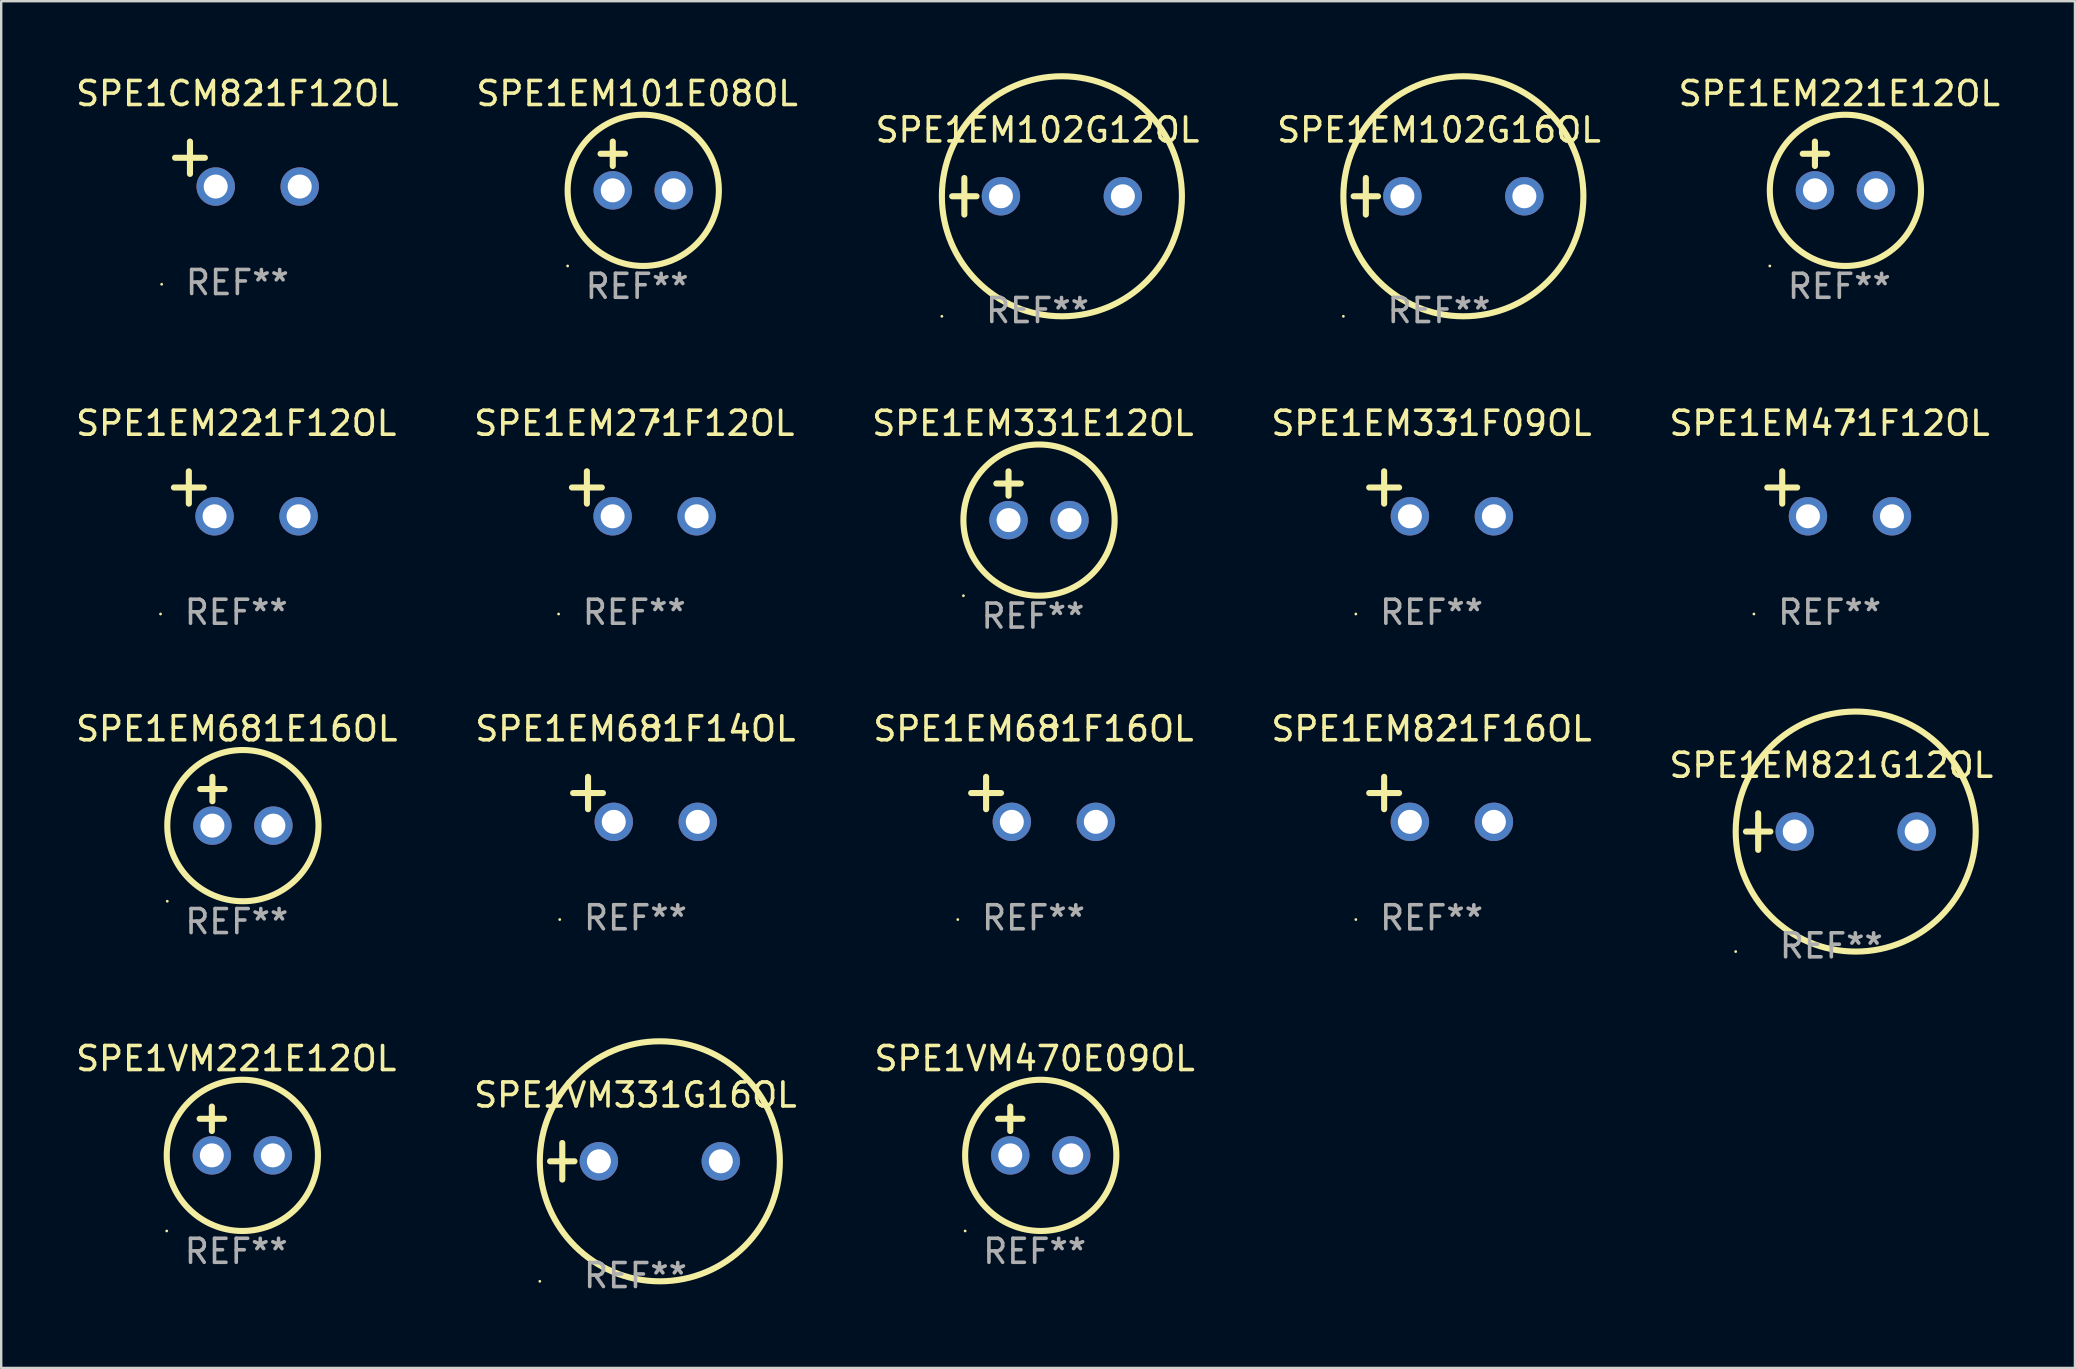
<source format=kicad_pcb>
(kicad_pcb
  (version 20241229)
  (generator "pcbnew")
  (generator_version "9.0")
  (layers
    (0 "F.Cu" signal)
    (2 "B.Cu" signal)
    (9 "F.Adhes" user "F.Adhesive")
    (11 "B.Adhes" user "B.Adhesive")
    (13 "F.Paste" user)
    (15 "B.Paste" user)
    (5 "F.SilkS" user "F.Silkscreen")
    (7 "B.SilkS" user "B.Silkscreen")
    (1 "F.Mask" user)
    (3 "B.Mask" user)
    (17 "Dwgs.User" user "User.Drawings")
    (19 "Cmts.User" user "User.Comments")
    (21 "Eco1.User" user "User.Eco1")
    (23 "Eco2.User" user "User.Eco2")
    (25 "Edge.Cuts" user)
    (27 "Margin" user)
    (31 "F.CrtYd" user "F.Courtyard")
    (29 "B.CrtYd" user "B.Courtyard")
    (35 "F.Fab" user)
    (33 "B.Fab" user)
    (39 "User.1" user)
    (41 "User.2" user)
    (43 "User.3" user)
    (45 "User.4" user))
  (footprint "SPE1EM221E12OL"
    (layer "F.Cu")
    (at 73.577 3.864)
    (property "Reference" "SPE1EM221E12OL" (at 0 -3.016 0) (layer "F.SilkS") (effects (font (size 1 1) (thickness 0.15))))
    (attr through_hole)
    (fp_line (start -1.524 -0.508) (end -0.508 -0.508) (stroke (width 0.254) (type solid)) (layer "F.SilkS"))
    (fp_line (start -1.016 -1.016) (end -1.016 0) (stroke (width 0.254) (type solid)) (layer "F.SilkS"))
    (fp_circle (center -2.896 4.166) (end -2.866 4.166) (stroke (width 0.06) (type solid)) (fill no) (layer "F.SilkS"))
    (fp_circle (center 0.254 1.016) (end 3.404 1.016) (stroke (width 0.254) (type solid)) (fill no) (layer "F.SilkS"))
    (fp_text user "REF**" (at 0 5.016 0) (layer "F.Fab") (effects (font (size 1 1) (thickness 0.15))))
    (pad "1" thru_hole circle (at -1.016 1.016) (size 1.6 1.6) (drill 1) (layers "*.Cu" "*.Mask"))
    (pad "2" thru_hole circle (at 1.524 1.016) (size 1.6 1.6) (drill 1) (layers "*.Cu" "*.Mask")))
  (footprint "SPE1VM221E12OL"
    (layer "F.Cu")
    (at 6.792 44.067)
    (property "Reference" "SPE1VM221E12OL" (at 0 -3.016 0) (layer "F.SilkS") (effects (font (size 1 1) (thickness 0.15))))
    (attr through_hole)
    (fp_line (start -1.524 -0.508) (end -0.508 -0.508) (stroke (width 0.254) (type solid)) (layer "F.SilkS"))
    (fp_line (start -1.016 -1.016) (end -1.016 0) (stroke (width 0.254) (type solid)) (layer "F.SilkS"))
    (fp_circle (center -2.896 4.166) (end -2.866 4.166) (stroke (width 0.06) (type solid)) (fill no) (layer "F.SilkS"))
    (fp_circle (center 0.254 1.016) (end 3.404 1.016) (stroke (width 0.254) (type solid)) (fill no) (layer "F.SilkS"))
    (fp_text user "REF**" (at 0 5.016 0) (layer "F.Fab") (effects (font (size 1 1) (thickness 0.15))))
    (pad "1" thru_hole circle (at -1.016 1.016) (size 1.6 1.6) (drill 1) (layers "*.Cu" "*.Mask"))
    (pad "2" thru_hole circle (at 1.524 1.016) (size 1.6 1.6) (drill 1) (layers "*.Cu" "*.Mask")))
  (footprint "SPE1EM681F14OL"
    (layer "F.Cu")
    (at 23.423 30.251)
    (property "Reference" "SPE1EM681F14OL" (at 0 -2.937 0) (layer "F.SilkS") (effects (font (size 1 1) (thickness 0.15))))
    (attr through_hole)
    (fp_line (start -1.975 0.41) (end -1.975 -0.937) (stroke (width 0.254) (type solid)) (layer "F.SilkS"))
    (fp_line (start -1.353 -0.263) (end -2.597 -0.263) (stroke (width 0.254) (type solid)) (layer "F.SilkS"))
    (fp_arc (start 0.849809 -3.063957) (mid 0.885369 -3.064114) (end 0.920929 -3.063957) (stroke (width 0.254001) (type solid)) (layer "F.SilkS"))
    (fp_circle (center -3.154 5.008) (end -3.124 5.008) (stroke (width 0.06) (type solid)) (fill no) (layer "F.SilkS"))
    (fp_text user "REF**" (at 0 4.937 0) (layer "F.Fab") (effects (font (size 1 1) (thickness 0.15))))
    (pad "1" thru_hole circle (at -0.903 0.937) (size 1.6 1.6) (drill 1) (layers "*.Cu" "*.Mask"))
    (pad "2" thru_hole circle (at 2.597 0.937) (size 1.6 1.6) (drill 1) (layers "*.Cu" "*.Mask")))
  (footprint "SPE1VM470E09OL"
    (layer "F.Cu")
    (at 40.054 44.067)
    (property "Reference" "SPE1VM470E09OL" (at 0 -3.016 0) (layer "F.SilkS") (effects (font (size 1 1) (thickness 0.15))))
    (attr through_hole)
    (fp_line (start -1.524 -0.508) (end -0.508 -0.508) (stroke (width 0.254) (type solid)) (layer "F.SilkS"))
    (fp_line (start -1.016 -1.016) (end -1.016 0) (stroke (width 0.254) (type solid)) (layer "F.SilkS"))
    (fp_circle (center -2.896 4.166) (end -2.866 4.166) (stroke (width 0.06) (type solid)) (fill no) (layer "F.SilkS"))
    (fp_circle (center 0.254 1.016) (end 3.404 1.016) (stroke (width 0.254) (type solid)) (fill no) (layer "F.SilkS"))
    (fp_text user "REF**" (at 0 5.016 0) (layer "F.Fab") (effects (font (size 1 1) (thickness 0.15))))
    (pad "1" thru_hole circle (at -1.016 1.016) (size 1.6 1.6) (drill 1) (layers "*.Cu" "*.Mask"))
    (pad "2" thru_hole circle (at 1.524 1.016) (size 1.6 1.6) (drill 1) (layers "*.Cu" "*.Mask")))
  (footprint "SPE1EM102G12OL"
    (layer "F.Cu")
    (at 40.173 5.127)
    (property "Reference" "SPE1EM102G12OL" (at 0 -2.762 0) (layer "F.SilkS") (effects (font (size 1 1) (thickness 0.15))))
    (attr through_hole)
    (fp_line (start -3.556 0) (end -2.54 0) (stroke (width 0.254) (type solid)) (layer "F.SilkS"))
    (fp_line (start -3.048 -0.762) (end -3.048 0.762) (stroke (width 0.254) (type solid)) (layer "F.SilkS"))
    (fp_circle (center -3.984 5) (end -3.954 5) (stroke (width 0.06) (type solid)) (fill no) (layer "F.SilkS"))
    (fp_circle (center 1.016 0) (end 6.016 0) (stroke (width 0.254) (type solid)) (fill no) (layer "F.SilkS"))
    (fp_text user "REF**" (at 0 4.762 0) (layer "F.Fab") (effects (font (size 1 1) (thickness 0.15))))
    (pad "1" thru_hole circle (at -1.524 0) (size 1.6 1.6) (drill 1) (layers "*.Cu" "*.Mask"))
    (pad "2" thru_hole circle (at 3.556 0) (size 1.6 1.6) (drill 1) (layers "*.Cu" "*.Mask")))
  (footprint "SPE1EM102G16OL"
    (layer "F.Cu")
    (at 56.899 5.127)
    (property "Reference" "SPE1EM102G16OL" (at 0 -2.762 0) (layer "F.SilkS") (effects (font (size 1 1) (thickness 0.15))))
    (attr through_hole)
    (fp_line (start -3.556 0) (end -2.54 0) (stroke (width 0.254) (type solid)) (layer "F.SilkS"))
    (fp_line (start -3.048 -0.762) (end -3.048 0.762) (stroke (width 0.254) (type solid)) (layer "F.SilkS"))
    (fp_circle (center -3.984 5) (end -3.954 5) (stroke (width 0.06) (type solid)) (fill no) (layer "F.SilkS"))
    (fp_circle (center 1.016 0) (end 6.016 0) (stroke (width 0.254) (type solid)) (fill no) (layer "F.SilkS"))
    (fp_text user "REF**" (at 0 4.762 0) (layer "F.Fab") (effects (font (size 1 1) (thickness 0.15))))
    (pad "1" thru_hole circle (at -1.524 0) (size 1.6 1.6) (drill 1) (layers "*.Cu" "*.Mask"))
    (pad "2" thru_hole circle (at 3.556 0) (size 1.6 1.6) (drill 1) (layers "*.Cu" "*.Mask")))
  (footprint "SPE1EM271F12OL"
    (layer "F.Cu")
    (at 23.375 17.522)
    (property "Reference" "SPE1EM271F12OL" (at 0 -2.937 0) (layer "F.SilkS") (effects (font (size 1 1) (thickness 0.15))))
    (attr through_hole)
    (fp_line (start -1.975 0.41) (end -1.975 -0.937) (stroke (width 0.254) (type solid)) (layer "F.SilkS"))
    (fp_line (start -1.353 -0.263) (end -2.597 -0.263) (stroke (width 0.254) (type solid)) (layer "F.SilkS"))
    (fp_arc (start 0.849809 -3.063957) (mid 0.885369 -3.064114) (end 0.920929 -3.063957) (stroke (width 0.254001) (type solid)) (layer "F.SilkS"))
    (fp_circle (center -3.154 5.008) (end -3.124 5.008) (stroke (width 0.06) (type solid)) (fill no) (layer "F.SilkS"))
    (fp_text user "REF**" (at 0 4.937 0) (layer "F.Fab") (effects (font (size 1 1) (thickness 0.15))))
    (pad "1" thru_hole circle (at -0.903 0.937) (size 1.6 1.6) (drill 1) (layers "*.Cu" "*.Mask"))
    (pad "2" thru_hole circle (at 2.597 0.937) (size 1.6 1.6) (drill 1) (layers "*.Cu" "*.Mask")))
  (footprint "SPE1EM681F16OL"
    (layer "F.Cu")
    (at 40.006 30.251)
    (property "Reference" "SPE1EM681F16OL" (at 0 -2.937 0) (layer "F.SilkS") (effects (font (size 1 1) (thickness 0.15))))
    (attr through_hole)
    (fp_line (start -1.975 0.41) (end -1.975 -0.937) (stroke (width 0.254) (type solid)) (layer "F.SilkS"))
    (fp_line (start -1.353 -0.263) (end -2.597 -0.263) (stroke (width 0.254) (type solid)) (layer "F.SilkS"))
    (fp_arc (start 0.849809 -3.063957) (mid 0.885369 -3.064114) (end 0.920929 -3.063957) (stroke (width 0.254001) (type solid)) (layer "F.SilkS"))
    (fp_circle (center -3.154 5.008) (end -3.124 5.008) (stroke (width 0.06) (type solid)) (fill no) (layer "F.SilkS"))
    (fp_text user "REF**" (at 0 4.937 0) (layer "F.Fab") (effects (font (size 1 1) (thickness 0.15))))
    (pad "1" thru_hole circle (at -0.903 0.937) (size 1.6 1.6) (drill 1) (layers "*.Cu" "*.Mask"))
    (pad "2" thru_hole circle (at 2.597 0.937) (size 1.6 1.6) (drill 1) (layers "*.Cu" "*.Mask")))
  (footprint "SPE1EM471F12OL"
    (layer "F.Cu")
    (at 73.173 17.522)
    (property "Reference" "SPE1EM471F12OL" (at 0 -2.937 0) (layer "F.SilkS") (effects (font (size 1 1) (thickness 0.15))))
    (attr through_hole)
    (fp_line (start -1.975 0.41) (end -1.975 -0.937) (stroke (width 0.254) (type solid)) (layer "F.SilkS"))
    (fp_line (start -1.353 -0.263) (end -2.597 -0.263) (stroke (width 0.254) (type solid)) (layer "F.SilkS"))
    (fp_arc (start 0.849809 -3.063957) (mid 0.885369 -3.064114) (end 0.920929 -3.063957) (stroke (width 0.254001) (type solid)) (layer "F.SilkS"))
    (fp_circle (center -3.154 5.008) (end -3.124 5.008) (stroke (width 0.06) (type solid)) (fill no) (layer "F.SilkS"))
    (fp_text user "REF**" (at 0 4.937 0) (layer "F.Fab") (effects (font (size 1 1) (thickness 0.15))))
    (pad "1" thru_hole circle (at -0.903 0.937) (size 1.6 1.6) (drill 1) (layers "*.Cu" "*.Mask"))
    (pad "2" thru_hole circle (at 2.597 0.937) (size 1.6 1.6) (drill 1) (layers "*.Cu" "*.Mask")))
  (footprint "SPE1CM821F12OL"
    (layer "F.Cu")
    (at 6.839 3.785)
    (property "Reference" "SPE1CM821F12OL" (at 0 -2.937 0) (layer "F.SilkS") (effects (font (size 1 1) (thickness 0.15))))
    (attr through_hole)
    (fp_line (start -1.975 0.41) (end -1.975 -0.937) (stroke (width 0.254) (type solid)) (layer "F.SilkS"))
    (fp_line (start -1.353 -0.263) (end -2.597 -0.263) (stroke (width 0.254) (type solid)) (layer "F.SilkS"))
    (fp_arc (start 0.849809 -3.063957) (mid 0.885369 -3.064114) (end 0.920929 -3.063957) (stroke (width 0.254001) (type solid)) (layer "F.SilkS"))
    (fp_circle (center -3.154 5.008) (end -3.124 5.008) (stroke (width 0.06) (type solid)) (fill no) (layer "F.SilkS"))
    (fp_text user "REF**" (at 0 4.937 0) (layer "F.Fab") (effects (font (size 1 1) (thickness 0.15))))
    (pad "1" thru_hole circle (at -0.903 0.937) (size 1.6 1.6) (drill 1) (layers "*.Cu" "*.Mask"))
    (pad "2" thru_hole circle (at 2.597 0.937) (size 1.6 1.6) (drill 1) (layers "*.Cu" "*.Mask")))
  (footprint "SPE1EM821F16OL"
    (layer "F.Cu")
    (at 56.589 30.251)
    (property "Reference" "SPE1EM821F16OL" (at 0 -2.937 0) (layer "F.SilkS") (effects (font (size 1 1) (thickness 0.15))))
    (attr through_hole)
    (fp_line (start -1.975 0.41) (end -1.975 -0.937) (stroke (width 0.254) (type solid)) (layer "F.SilkS"))
    (fp_line (start -1.353 -0.263) (end -2.597 -0.263) (stroke (width 0.254) (type solid)) (layer "F.SilkS"))
    (fp_arc (start 0.849809 -3.063957) (mid 0.885369 -3.064114) (end 0.920929 -3.063957) (stroke (width 0.254001) (type solid)) (layer "F.SilkS"))
    (fp_circle (center -3.154 5.008) (end -3.124 5.008) (stroke (width 0.06) (type solid)) (fill no) (layer "F.SilkS"))
    (fp_text user "REF**" (at 0 4.937 0) (layer "F.Fab") (effects (font (size 1 1) (thickness 0.15))))
    (pad "1" thru_hole circle (at -0.903 0.937) (size 1.6 1.6) (drill 1) (layers "*.Cu" "*.Mask"))
    (pad "2" thru_hole circle (at 2.597 0.937) (size 1.6 1.6) (drill 1) (layers "*.Cu" "*.Mask")))
  (footprint "SPE1EM821G12OL"
    (layer "F.Cu")
    (at 73.244 31.593)
    (property "Reference" "SPE1EM821G12OL" (at 0 -2.762 0) (layer "F.SilkS") (effects (font (size 1 1) (thickness 0.15))))
    (attr through_hole)
    (fp_line (start -3.556 0) (end -2.54 0) (stroke (width 0.254) (type solid)) (layer "F.SilkS"))
    (fp_line (start -3.048 -0.762) (end -3.048 0.762) (stroke (width 0.254) (type solid)) (layer "F.SilkS"))
    (fp_circle (center -3.984 5) (end -3.954 5) (stroke (width 0.06) (type solid)) (fill no) (layer "F.SilkS"))
    (fp_circle (center 1.016 0) (end 6.016 0) (stroke (width 0.254) (type solid)) (fill no) (layer "F.SilkS"))
    (fp_text user "REF**" (at 0 4.762 0) (layer "F.Fab") (effects (font (size 1 1) (thickness 0.15))))
    (pad "1" thru_hole circle (at -1.524 0) (size 1.6 1.6) (drill 1) (layers "*.Cu" "*.Mask"))
    (pad "2" thru_hole circle (at 3.556 0) (size 1.6 1.6) (drill 1) (layers "*.Cu" "*.Mask")))
  (footprint "SPE1VM331G16OL"
    (layer "F.Cu")
    (at 23.423 45.33)
    (property "Reference" "SPE1VM331G16OL" (at 0 -2.762 0) (layer "F.SilkS") (effects (font (size 1 1) (thickness 0.15))))
    (attr through_hole)
    (fp_line (start -3.556 0) (end -2.54 0) (stroke (width 0.254) (type solid)) (layer "F.SilkS"))
    (fp_line (start -3.048 -0.762) (end -3.048 0.762) (stroke (width 0.254) (type solid)) (layer "F.SilkS"))
    (fp_circle (center -3.984 5) (end -3.954 5) (stroke (width 0.06) (type solid)) (fill no) (layer "F.SilkS"))
    (fp_circle (center 1.016 0) (end 6.016 0) (stroke (width 0.254) (type solid)) (fill no) (layer "F.SilkS"))
    (fp_text user "REF**" (at 0 4.762 0) (layer "F.Fab") (effects (font (size 1 1) (thickness 0.15))))
    (pad "1" thru_hole circle (at -1.524 0) (size 1.6 1.6) (drill 1) (layers "*.Cu" "*.Mask"))
    (pad "2" thru_hole circle (at 3.556 0) (size 1.6 1.6) (drill 1) (layers "*.Cu" "*.Mask")))
  (footprint "SPE1EM681E16OL"
    (layer "F.Cu")
    (at 6.815 30.33)
    (property "Reference" "SPE1EM681E16OL" (at 0 -3.016 0) (layer "F.SilkS") (effects (font (size 1 1) (thickness 0.15))))
    (attr through_hole)
    (fp_line (start -1.524 -0.508) (end -0.508 -0.508) (stroke (width 0.254) (type solid)) (layer "F.SilkS"))
    (fp_line (start -1.016 -1.016) (end -1.016 0) (stroke (width 0.254) (type solid)) (layer "F.SilkS"))
    (fp_circle (center -2.896 4.166) (end -2.866 4.166) (stroke (width 0.06) (type solid)) (fill no) (layer "F.SilkS"))
    (fp_circle (center 0.254 1.016) (end 3.404 1.016) (stroke (width 0.254) (type solid)) (fill no) (layer "F.SilkS"))
    (fp_text user "REF**" (at 0 5.016 0) (layer "F.Fab") (effects (font (size 1 1) (thickness 0.15))))
    (pad "1" thru_hole circle (at -1.016 1.016) (size 1.6 1.6) (drill 1) (layers "*.Cu" "*.Mask"))
    (pad "2" thru_hole circle (at 1.524 1.016) (size 1.6 1.6) (drill 1) (layers "*.Cu" "*.Mask")))
  (footprint "SPE1EM221F12OL"
    (layer "F.Cu")
    (at 6.792 17.522)
    (property "Reference" "SPE1EM221F12OL" (at 0 -2.937 0) (layer "F.SilkS") (effects (font (size 1 1) (thickness 0.15))))
    (attr through_hole)
    (fp_line (start -1.975 0.41) (end -1.975 -0.937) (stroke (width 0.254) (type solid)) (layer "F.SilkS"))
    (fp_line (start -1.353 -0.263) (end -2.597 -0.263) (stroke (width 0.254) (type solid)) (layer "F.SilkS"))
    (fp_arc (start 0.849809 -3.063957) (mid 0.885369 -3.064114) (end 0.920929 -3.063957) (stroke (width 0.254001) (type solid)) (layer "F.SilkS"))
    (fp_circle (center -3.154 5.008) (end -3.124 5.008) (stroke (width 0.06) (type solid)) (fill no) (layer "F.SilkS"))
    (fp_text user "REF**" (at 0 4.937 0) (layer "F.Fab") (effects (font (size 1 1) (thickness 0.15))))
    (pad "1" thru_hole circle (at -0.903 0.937) (size 1.6 1.6) (drill 1) (layers "*.Cu" "*.Mask"))
    (pad "2" thru_hole circle (at 2.597 0.937) (size 1.6 1.6) (drill 1) (layers "*.Cu" "*.Mask")))
  (footprint "SPE1EM101E08OL"
    (layer "F.Cu")
    (at 23.494 3.864)
    (property "Reference" "SPE1EM101E08OL" (at 0 -3.016 0) (layer "F.SilkS") (effects (font (size 1 1) (thickness 0.15))))
    (attr through_hole)
    (fp_line (start -1.524 -0.508) (end -0.508 -0.508) (stroke (width 0.254) (type solid)) (layer "F.SilkS"))
    (fp_line (start -1.016 -1.016) (end -1.016 0) (stroke (width 0.254) (type solid)) (layer "F.SilkS"))
    (fp_circle (center -2.896 4.166) (end -2.866 4.166) (stroke (width 0.06) (type solid)) (fill no) (layer "F.SilkS"))
    (fp_circle (center 0.254 1.016) (end 3.404 1.016) (stroke (width 0.254) (type solid)) (fill no) (layer "F.SilkS"))
    (fp_text user "REF**" (at 0 5.016 0) (layer "F.Fab") (effects (font (size 1 1) (thickness 0.15))))
    (pad "1" thru_hole circle (at -1.016 1.016) (size 1.6 1.6) (drill 1) (layers "*.Cu" "*.Mask"))
    (pad "2" thru_hole circle (at 1.524 1.016) (size 1.6 1.6) (drill 1) (layers "*.Cu" "*.Mask")))
  (footprint "SPE1EM331F09OL"
    (layer "F.Cu")
    (at 56.589 17.522)
    (property "Reference" "SPE1EM331F09OL" (at 0 -2.937 0) (layer "F.SilkS") (effects (font (size 1 1) (thickness 0.15))))
    (attr through_hole)
    (fp_line (start -1.975 0.41) (end -1.975 -0.937) (stroke (width 0.254) (type solid)) (layer "F.SilkS"))
    (fp_line (start -1.353 -0.263) (end -2.597 -0.263) (stroke (width 0.254) (type solid)) (layer "F.SilkS"))
    (fp_arc (start 0.849809 -3.063957) (mid 0.885369 -3.064114) (end 0.920929 -3.063957) (stroke (width 0.254001) (type solid)) (layer "F.SilkS"))
    (fp_circle (center -3.154 5.008) (end -3.124 5.008) (stroke (width 0.06) (type solid)) (fill no) (layer "F.SilkS"))
    (fp_text user "REF**" (at 0 4.937 0) (layer "F.Fab") (effects (font (size 1 1) (thickness 0.15))))
    (pad "1" thru_hole circle (at -0.903 0.937) (size 1.6 1.6) (drill 1) (layers "*.Cu" "*.Mask"))
    (pad "2" thru_hole circle (at 2.597 0.937) (size 1.6 1.6) (drill 1) (layers "*.Cu" "*.Mask")))
  (footprint "SPE1EM331E12OL"
    (layer "F.Cu")
    (at 39.982 17.602)
    (property "Reference" "SPE1EM331E12OL" (at 0 -3.016 0) (layer "F.SilkS") (effects (font (size 1 1) (thickness 0.15))))
    (attr through_hole)
    (fp_line (start -1.524 -0.508) (end -0.508 -0.508) (stroke (width 0.254) (type solid)) (layer "F.SilkS"))
    (fp_line (start -1.016 -1.016) (end -1.016 0) (stroke (width 0.254) (type solid)) (layer "F.SilkS"))
    (fp_circle (center -2.896 4.166) (end -2.866 4.166) (stroke (width 0.06) (type solid)) (fill no) (layer "F.SilkS"))
    (fp_circle (center 0.254 1.016) (end 3.404 1.016) (stroke (width 0.254) (type solid)) (fill no) (layer "F.SilkS"))
    (fp_text user "REF**" (at 0 5.016 0) (layer "F.Fab") (effects (font (size 1 1) (thickness 0.15))))
    (pad "1" thru_hole circle (at -1.016 1.016) (size 1.6 1.6) (drill 1) (layers "*.Cu" "*.Mask"))
    (pad "2" thru_hole circle (at 1.524 1.016) (size 1.6 1.6) (drill 1) (layers "*.Cu" "*.Mask")))
  (gr_rect
    (start -3 -3)
    (end 83.393 53.94)
    (stroke (width 0.1) (type default))
    (fill no)
    (layer "Edge.Cuts")))
</source>
